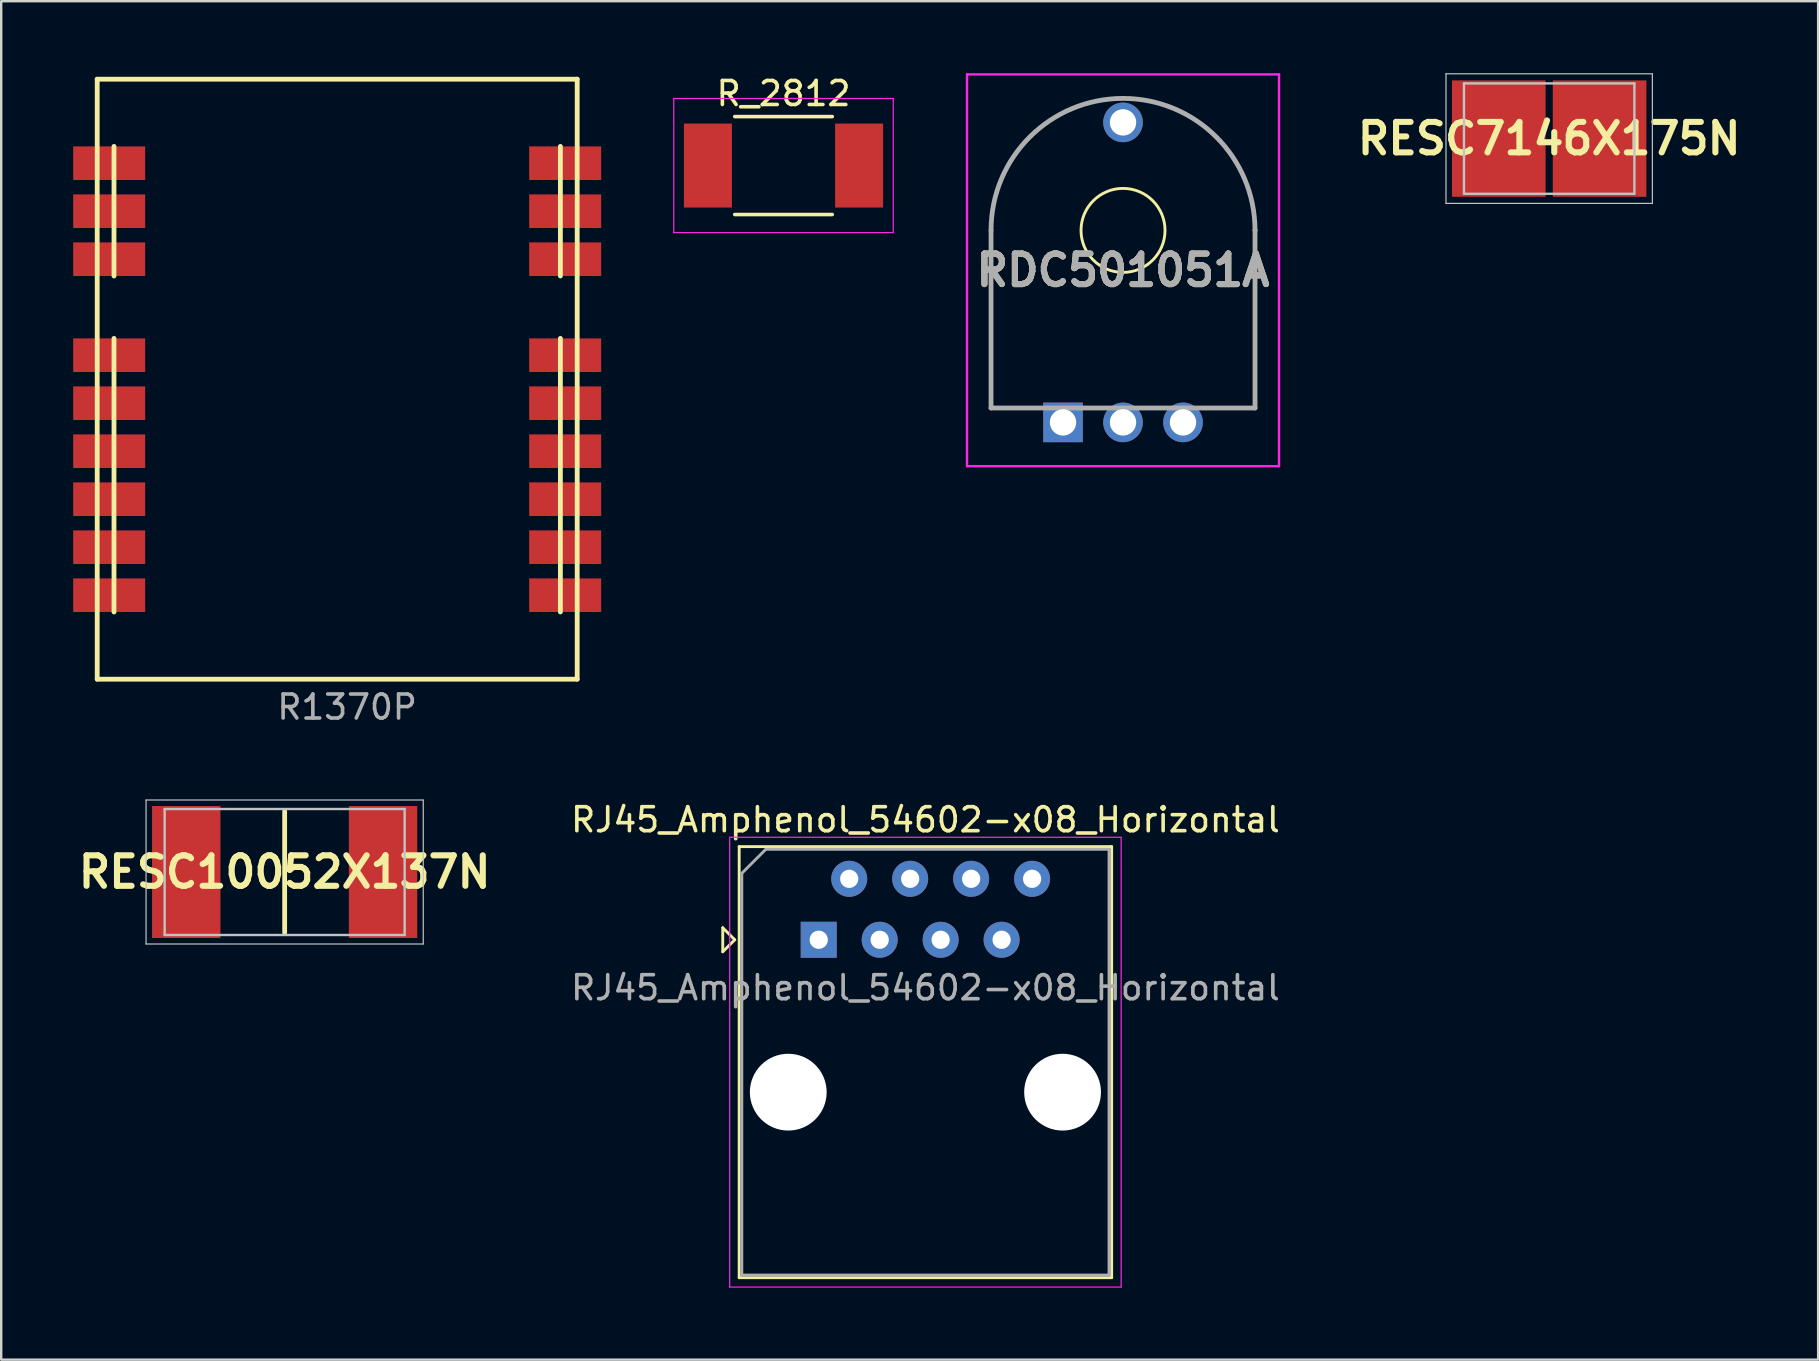
<source format=kicad_pcb>
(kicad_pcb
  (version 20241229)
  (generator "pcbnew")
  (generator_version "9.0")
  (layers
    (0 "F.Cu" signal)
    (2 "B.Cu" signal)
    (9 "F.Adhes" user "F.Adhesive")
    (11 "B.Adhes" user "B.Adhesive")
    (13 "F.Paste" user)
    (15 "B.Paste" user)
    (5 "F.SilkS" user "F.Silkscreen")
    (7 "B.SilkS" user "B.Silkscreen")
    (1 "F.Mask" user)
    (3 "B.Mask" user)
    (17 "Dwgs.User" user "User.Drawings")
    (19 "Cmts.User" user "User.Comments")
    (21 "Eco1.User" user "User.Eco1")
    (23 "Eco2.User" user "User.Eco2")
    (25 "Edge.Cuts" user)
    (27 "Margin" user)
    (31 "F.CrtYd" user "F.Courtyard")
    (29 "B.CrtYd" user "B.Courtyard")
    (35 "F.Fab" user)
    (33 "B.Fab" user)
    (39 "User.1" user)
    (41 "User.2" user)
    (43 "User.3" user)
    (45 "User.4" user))
  (footprint "R_2812"
    (layer "F.Cu")
    (at 29.597 3.848)
    (property "Reference" "R_2812" (at 0 -3 0) (layer "F.SilkS") (effects (font (size 1 1) (thickness 0.15))))
    (attr smd)
    (fp_line (start -2.032 -2.04) (end 2.032 -2.04) (stroke (width 0.15) (type solid)) (layer "F.SilkS"))
    (fp_line (start -2.032 2.04) (end 2.032 2.04) (stroke (width 0.15) (type solid)) (layer "F.SilkS"))
    (fp_line (start -4.572 -2.794) (end 4.572 -2.794) (stroke (width 0.05) (type solid)) (layer "F.CrtYd"))
    (fp_line (start -4.572 2.794) (end -4.572 -2.794) (stroke (width 0.05) (type solid)) (layer "F.CrtYd"))
    (fp_line (start 4.572 -2.794) (end 4.572 2.794) (stroke (width 0.05) (type solid)) (layer "F.CrtYd"))
    (fp_line (start 4.572 2.794) (end -4.572 2.794) (stroke (width 0.05) (type solid)) (layer "F.CrtYd"))
    (pad "1" smd rect (at -3.15 0) (size 2 3.5) (layers "F.Cu" "F.Mask" "F.Paste"))
    (pad "2" smd rect (at 3.15 0) (size 2 3.5) (layers "F.Cu" "F.Mask" "F.Paste")))
  (footprint "RJ45_Amphenol_54602-x08_Horizontal"
    (layer "F.Cu")
    (at 31.065 36.108)
    (property "Reference" "RJ45_Amphenol_54602-x08_Horizontal" (at 4.445 -5 0) (layer "F.SilkS") (effects (font (size 1 1) (thickness 0.15))))
    (attr through_hole)
    (fp_line (start -4 -0.5) (end -4 0.5) (stroke (width 0.12) (type solid)) (layer "F.SilkS"))
    (fp_line (start -4 0.5) (end -3.5 0) (stroke (width 0.12) (type solid)) (layer "F.SilkS"))
    (fp_line (start -3.5 0) (end -4 -0.5) (stroke (width 0.12) (type solid)) (layer "F.SilkS"))
    (fp_line (start -3.315 -3.88) (end -3.315 14.08) (stroke (width 0.12) (type solid)) (layer "F.SilkS"))
    (fp_line (start -3.315 14.08) (end 12.205 14.08) (stroke (width 0.12) (type solid)) (layer "F.SilkS"))
    (fp_line (start 12.205 -3.88) (end -3.315 -3.88) (stroke (width 0.12) (type solid)) (layer "F.SilkS"))
    (fp_line (start 12.205 -3.88) (end 12.205 14.08) (stroke (width 0.12) (type solid)) (layer "F.SilkS"))
    (fp_line (start -3.71 -4.27) (end -3.71 14.47) (stroke (width 0.05) (type solid)) (layer "F.CrtYd"))
    (fp_line (start -3.71 -4.27) (end 12.6 -4.27) (stroke (width 0.05) (type solid)) (layer "F.CrtYd"))
    (fp_line (start 12.6 14.47) (end -3.71 14.47) (stroke (width 0.05) (type solid)) (layer "F.CrtYd"))
    (fp_line (start 12.6 14.47) (end 12.6 -4.27) (stroke (width 0.05) (type solid)) (layer "F.CrtYd"))
    (fp_line (start -3.205 -2.77) (end -2.205 -3.77) (stroke (width 0.12) (type solid)) (layer "F.Fab"))
    (fp_line (start -3.205 13.97) (end -3.205 -2.77) (stroke (width 0.12) (type solid)) (layer "F.Fab"))
    (fp_line (start -2.205 -3.77) (end 12.095 -3.77) (stroke (width 0.12) (type solid)) (layer "F.Fab"))
    (fp_line (start 12.095 -3.77) (end 12.095 13.97) (stroke (width 0.12) (type solid)) (layer "F.Fab"))
    (fp_line (start 12.095 13.97) (end -3.205 13.97) (stroke (width 0.12) (type solid)) (layer "F.Fab"))
    (fp_text user "${REFERENCE}" (at 4.445 2 0) (layer "F.Fab") (effects (font (size 1 1) (thickness 0.15))))
    (pad "" np_thru_hole circle (at -1.27 6.35) (size 3.2 3.2) (drill 3.2) (layers "*.Cu" "*.Mask"))
    (pad "" np_thru_hole circle (at 10.16 6.35) (size 3.2 3.2) (drill 3.2) (layers "*.Cu" "*.Mask"))
    (pad "1" thru_hole rect (at 0 0) (size 1.5 1.5) (drill 0.76) (layers "*.Cu" "*.Mask"))
    (pad "2" thru_hole circle (at 1.27 -2.54) (size 1.5 1.5) (drill 0.76) (layers "*.Cu" "*.Mask"))
    (pad "3" thru_hole circle (at 2.54 0) (size 1.5 1.5) (drill 0.76) (layers "*.Cu" "*.Mask"))
    (pad "4" thru_hole circle (at 3.81 -2.54) (size 1.5 1.5) (drill 0.76) (layers "*.Cu" "*.Mask"))
    (pad "5" thru_hole circle (at 5.08 0) (size 1.5 1.5) (drill 0.76) (layers "*.Cu" "*.Mask"))
    (pad "6" thru_hole circle (at 6.35 -2.54) (size 1.5 1.5) (drill 0.76) (layers "*.Cu" "*.Mask"))
    (pad "7" thru_hole circle (at 7.62 0) (size 1.5 1.5) (drill 0.76) (layers "*.Cu" "*.Mask"))
    (pad "8" thru_hole circle (at 8.89 -2.54) (size 1.5 1.5) (drill 0.76) (layers "*.Cu" "*.Mask")))
  (footprint "R1370P"
    (layer "F.Cu")
    (at 1 0.25)
    (property "Reference" "R1370P" (at 10.414 26.162 0) (layer "F.Fab") (effects (font (size 1 1) (thickness 0.15))))
    (attr through_hole)
    (fp_line (start 0 0) (end 0 25) (stroke (width 0.2) (type solid)) (layer "F.SilkS"))
    (fp_line (start 0 0) (end 20 0) (stroke (width 0.2) (type solid)) (layer "F.SilkS"))
    (fp_line (start 0 25) (end 20 25) (stroke (width 0.2) (type solid)) (layer "F.SilkS"))
    (fp_line (start 0.7 2.8) (end 0.7 8.2) (stroke (width 0.2) (type solid)) (layer "F.SilkS"))
    (fp_line (start 0.7 22.2) (end 0.7 10.8) (stroke (width 0.2) (type solid)) (layer "F.SilkS"))
    (fp_line (start 19.3 2.8) (end 19.3 8.2) (stroke (width 0.2) (type solid)) (layer "F.SilkS"))
    (fp_line (start 19.3 22.2) (end 19.3 10.8) (stroke (width 0.2) (type solid)) (layer "F.SilkS"))
    (fp_line (start 20 25) (end 20 0) (stroke (width 0.2) (type solid)) (layer "F.SilkS"))
    (pad "1" smd rect (at 0.5 3.5) (size 3 1.4) (layers "F.Cu" "F.Mask" "F.Paste"))
    (pad "2" smd rect (at 0.5 5.5) (size 3 1.4) (layers "F.Cu" "F.Mask" "F.Paste"))
    (pad "3" smd rect (at 0.5 7.5) (size 3 1.4) (layers "F.Cu" "F.Mask" "F.Paste"))
    (pad "4" smd rect (at 0.5 11.5) (size 3 1.4) (layers "F.Cu" "F.Mask" "F.Paste"))
    (pad "5" smd rect (at 0.5 13.5) (size 3 1.4) (layers "F.Cu" "F.Mask" "F.Paste"))
    (pad "6" smd rect (at 0.5 15.5) (size 3 1.4) (layers "F.Cu" "F.Mask" "F.Paste"))
    (pad "7" smd rect (at 0.5 17.5) (size 3 1.4) (layers "F.Cu" "F.Mask" "F.Paste"))
    (pad "8" smd rect (at 0.5 19.5) (size 3 1.4) (layers "F.Cu" "F.Mask" "F.Paste"))
    (pad "9" smd rect (at 0.5 21.5) (size 3 1.4) (layers "F.Cu" "F.Mask" "F.Paste"))
    (pad "10" smd rect (at 19.5 21.5) (size 3 1.4) (layers "F.Cu" "F.Mask" "F.Paste"))
    (pad "11" smd rect (at 19.5 19.5) (size 3 1.4) (layers "F.Cu" "F.Mask" "F.Paste"))
    (pad "12" smd rect (at 19.5 17.5) (size 3 1.4) (layers "F.Cu" "F.Mask" "F.Paste"))
    (pad "13" smd rect (at 19.5 15.5) (size 3 1.4) (layers "F.Cu" "F.Mask" "F.Paste"))
    (pad "14" smd rect (at 19.5 13.5) (size 3 1.4) (layers "F.Cu" "F.Mask" "F.Paste"))
    (pad "15" smd rect (at 19.5 11.5) (size 3 1.4) (layers "F.Cu" "F.Mask" "F.Paste"))
    (pad "16" smd rect (at 19.5 7.5) (size 3 1.4) (layers "F.Cu" "F.Mask" "F.Paste"))
    (pad "17" smd rect (at 19.5 5.5) (size 3 1.4) (layers "F.Cu" "F.Mask" "F.Paste"))
    (pad "18" smd rect (at 19.5 3.5) (size 3 1.4) (layers "F.Cu" "F.Mask" "F.Paste")))
  (footprint "RESC7146X175N"
    (layer "F.Cu")
    (at 61.501 2.725)
    (property "Reference" "RESC7146X175N" (at 0 0 0) (layer "F.SilkS") (effects (font (size 1.27 1.27) (thickness 0.254))))
    (attr smd)
    (fp_line (start -4.3 -2.7) (end 4.3 -2.7) (stroke (width 0.05) (type solid)) (layer "Dwgs.User"))
    (fp_line (start -4.3 2.7) (end -4.3 -2.7) (stroke (width 0.05) (type solid)) (layer "Dwgs.User"))
    (fp_line (start -3.55 -2.3) (end 3.55 -2.3) (stroke (width 0.1) (type solid)) (layer "Dwgs.User"))
    (fp_line (start -3.55 2.3) (end -3.55 -2.3) (stroke (width 0.1) (type solid)) (layer "Dwgs.User"))
    (fp_line (start 3.55 -2.3) (end 3.55 2.3) (stroke (width 0.1) (type solid)) (layer "Dwgs.User"))
    (fp_line (start 3.55 2.3) (end -3.55 2.3) (stroke (width 0.1) (type solid)) (layer "Dwgs.User"))
    (fp_line (start 4.3 -2.7) (end 4.3 2.7) (stroke (width 0.05) (type solid)) (layer "Dwgs.User"))
    (fp_line (start 4.3 2.7) (end -4.3 2.7) (stroke (width 0.05) (type solid)) (layer "Dwgs.User"))
    (pad "1" smd rect (at -2.1 0) (size 3.9 4.85) (layers "F.Cu" "F.Mask" "F.Paste"))
    (pad "2" smd rect (at 2.1 0) (size 3.9 4.85) (layers "F.Cu" "F.Mask" "F.Paste")))
  (footprint "RESC10052X137N"
    (layer "F.Cu")
    (at 8.811 33.285)
    (property "Reference" "RESC10052X137N" (at 0 0 0) (layer "F.SilkS") (effects (font (size 1.27 1.27) (thickness 0.254))))
    (attr smd)
    (fp_line (start 0 -2.525) (end 0 2.525) (stroke (width 0.2) (type solid)) (layer "F.SilkS"))
    (fp_line (start -5.775 -3) (end 5.775 -3) (stroke (width 0.05) (type solid)) (layer "Dwgs.User"))
    (fp_line (start -5.775 3) (end -5.775 -3) (stroke (width 0.05) (type solid)) (layer "Dwgs.User"))
    (fp_line (start -5 -2.625) (end 5 -2.625) (stroke (width 0.1) (type solid)) (layer "Dwgs.User"))
    (fp_line (start -5 2.625) (end -5 -2.625) (stroke (width 0.1) (type solid)) (layer "Dwgs.User"))
    (fp_line (start 5 -2.625) (end 5 2.625) (stroke (width 0.1) (type solid)) (layer "Dwgs.User"))
    (fp_line (start 5 2.625) (end -5 2.625) (stroke (width 0.1) (type solid)) (layer "Dwgs.User"))
    (fp_line (start 5.775 -3) (end 5.775 3) (stroke (width 0.05) (type solid)) (layer "Dwgs.User"))
    (fp_line (start 5.775 3) (end -5.775 3) (stroke (width 0.05) (type solid)) (layer "Dwgs.User"))
    (pad "1" smd rect (at -4.1 0) (size 2.85 5.5) (layers "F.Cu" "F.Mask" "F.Paste"))
    (pad "2" smd rect (at 4.1 0) (size 2.85 5.5) (layers "F.Cu" "F.Mask" "F.Paste")))
  (footprint "RDC501051A"
    (layer "F.Cu")
    (at 41.244 14.55)
    (property "Reference" "RDC501051A" (at 2.5 -6.338 0) (layer "F.SilkS") (effects (font (size 1.27 1.27) (thickness 0.254))))
    (attr through_hole)
    (fp_line (start -3 -8) (end -3 -8) (stroke (width 0.1) (type solid)) (layer "F.SilkS"))
    (fp_line (start -3 -0.6) (end -3 -8) (stroke (width 0.1) (type solid)) (layer "F.SilkS"))
    (fp_line (start -1.5 -0.6) (end -3 -0.6) (stroke (width 0.1) (type solid)) (layer "F.SilkS"))
    (fp_line (start 8 -8) (end 8 -0.6) (stroke (width 0.1) (type solid)) (layer "F.SilkS"))
    (fp_line (start 8 -0.6) (end 6.5 -0.6) (stroke (width 0.1) (type solid)) (layer "F.SilkS"))
    (fp_arc (start -3 -8) (mid 2.5 -13.5) (end 8 -8) (stroke (width 0.1) (type solid)) (layer "F.SilkS"))
    (fp_circle (center 2.5 -8) (end 4.25 -8) (stroke (width 0.12) (type solid)) (fill no) (layer "F.SilkS"))
    (fp_line (start -4 -14.5) (end 9 -14.5) (stroke (width 0.1) (type solid)) (layer "F.CrtYd"))
    (fp_line (start -4 1.825) (end -4 -14.5) (stroke (width 0.1) (type solid)) (layer "F.CrtYd"))
    (fp_line (start 9 -14.5) (end 9 1.825) (stroke (width 0.1) (type solid)) (layer "F.CrtYd"))
    (fp_line (start 9 1.825) (end -4 1.825) (stroke (width 0.1) (type solid)) (layer "F.CrtYd"))
    (fp_line (start -3 -8) (end -3 -0.6) (stroke (width 0.2) (type solid)) (layer "F.Fab"))
    (fp_line (start -3 -0.6) (end 8 -0.6) (stroke (width 0.2) (type solid)) (layer "F.Fab"))
    (fp_line (start 8 -8) (end 8 -8) (stroke (width 0.2) (type solid)) (layer "F.Fab"))
    (fp_line (start 8 -0.6) (end 8 -8) (stroke (width 0.2) (type solid)) (layer "F.Fab"))
    (fp_arc (start -3 -8) (mid 2.5 -13.5) (end 8 -8) (stroke (width 0.2) (type solid)) (layer "F.Fab"))
    (fp_text user "${REFERENCE}" (at 2.5 -6.338 0) (layer "F.Fab") (effects (font (size 1.27 1.27) (thickness 0.254))))
    (pad "1" thru_hole rect (at 0 0) (size 1.65 1.65) (drill 1.1) (layers "*.Cu" "*.Mask"))
    (pad "2" thru_hole circle (at 2.5 0) (size 1.65 1.65) (drill 1.1) (layers "*.Cu" "*.Mask"))
    (pad "3" thru_hole circle (at 5 0) (size 1.65 1.65) (drill 1.1) (layers "*.Cu" "*.Mask"))
    (pad "4" thru_hole circle (at 2.5 -12.5) (size 1.65 1.65) (drill 1.1) (layers "*.Cu" "*.Mask")))
  (gr_rect
    (start -3 -3)
    (end 72.707 53.603)
    (stroke (width 0.1) (type default))
    (fill no)
    (layer "Edge.Cuts")))
</source>
